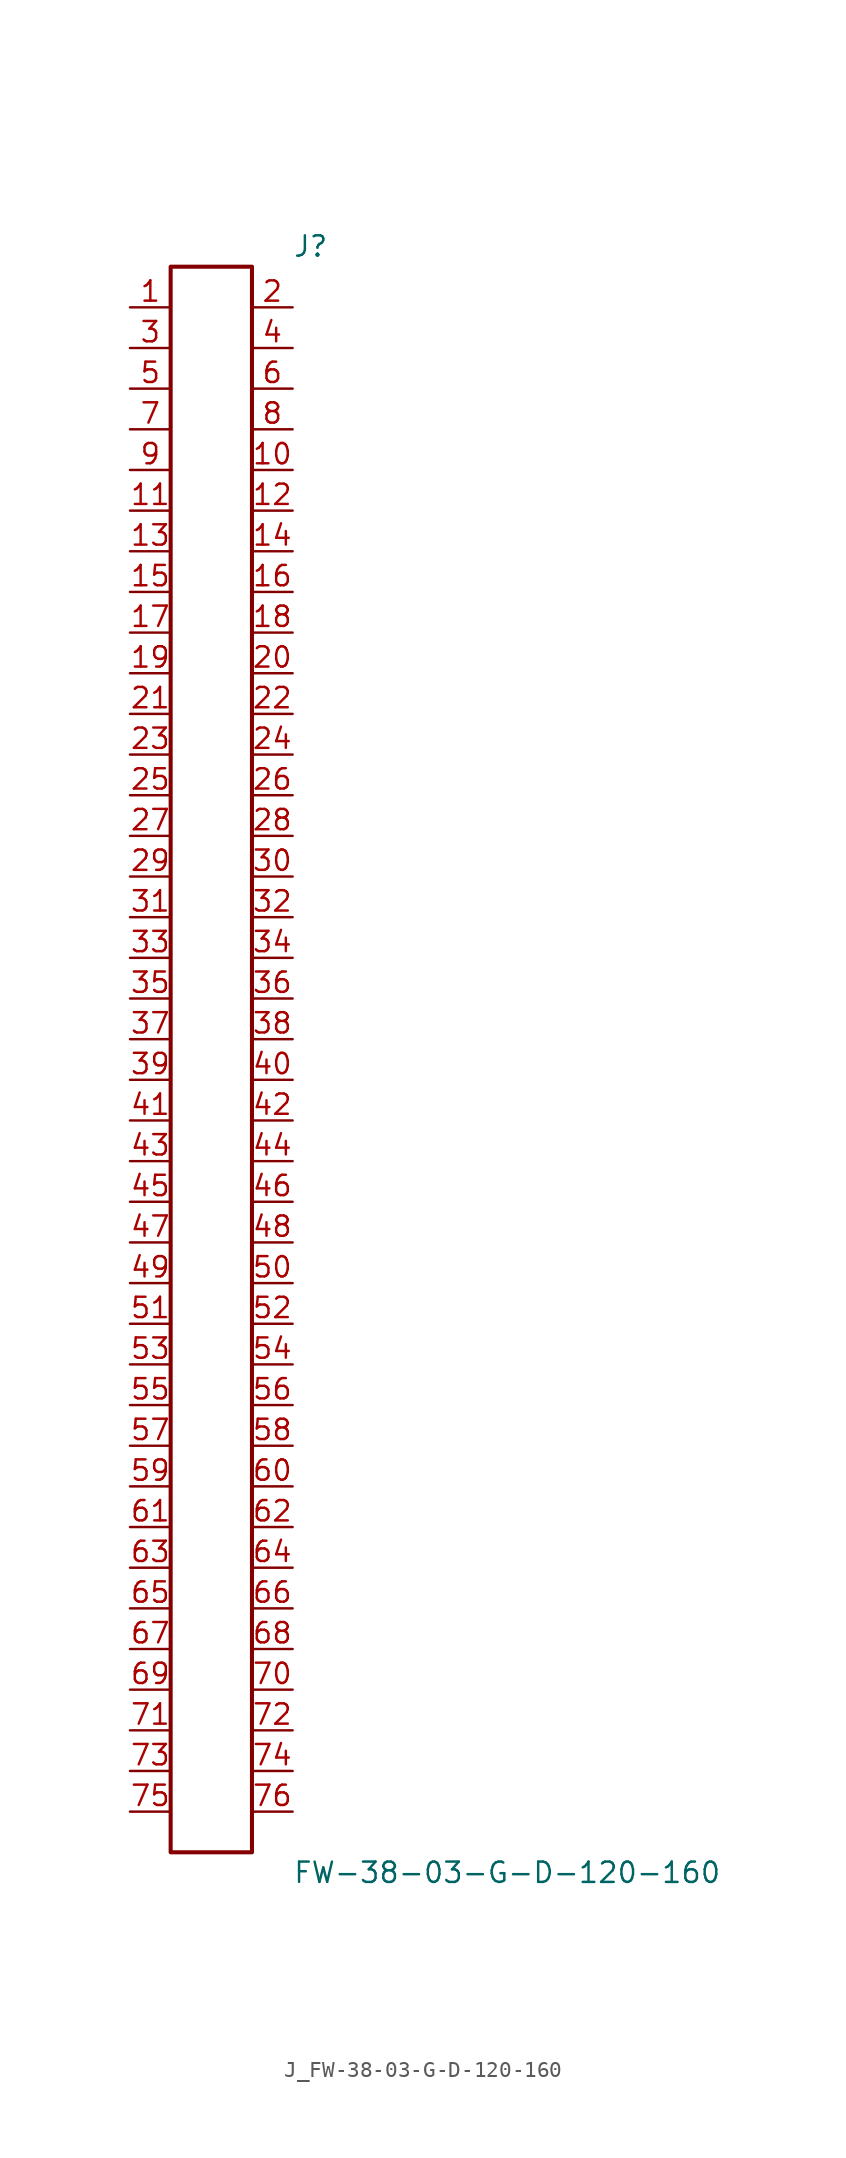
<source format=kicad_sym>
(kicad_symbol_lib
  (version 20231120)
  (generator kicad_symbol_editor)
  (generator_version 8.0)
  (symbol "J_FW-38-03-G-D-120-160"
    (pin_names
      (offset 0.254))
    (property "Reference" "J"
      (at 5.08 50.8 0)
      (effects (font (size 1.27 1.27)) (justify left)))
    (property "Value" "FW-38-03-G-D-120-160"
      (at 5.08 -50.8 0)
      (effects (font (size 1.27 1.27)) (justify left)))
    (symbol "J_FW-38-03-G-D-120-160_0_0"
      (pin passive line (at -5.08 46.99 0) (length 2.54) (name "" (effects (font (size 1.27 1.27)))) (number "1" (effects (font (size 1.27 1.27)))))
      (pin passive line (at 5.08 46.99 180) (length 2.54) (name "" (effects (font (size 1.27 1.27)))) (number "2" (effects (font (size 1.27 1.27)))))
      (pin passive line (at -5.08 44.45 0) (length 2.54) (name "" (effects (font (size 1.27 1.27)))) (number "3" (effects (font (size 1.27 1.27)))))
      (pin passive line (at 5.08 44.45 180) (length 2.54) (name "" (effects (font (size 1.27 1.27)))) (number "4" (effects (font (size 1.27 1.27)))))
      (pin passive line (at -5.08 41.91 0) (length 2.54) (name "" (effects (font (size 1.27 1.27)))) (number "5" (effects (font (size 1.27 1.27)))))
      (pin passive line (at 5.08 41.91 180) (length 2.54) (name "" (effects (font (size 1.27 1.27)))) (number "6" (effects (font (size 1.27 1.27)))))
      (pin passive line (at -5.08 39.37 0) (length 2.54) (name "" (effects (font (size 1.27 1.27)))) (number "7" (effects (font (size 1.27 1.27)))))
      (pin passive line (at 5.08 39.37 180) (length 2.54) (name "" (effects (font (size 1.27 1.27)))) (number "8" (effects (font (size 1.27 1.27)))))
      (pin passive line (at -5.08 36.83 0) (length 2.54) (name "" (effects (font (size 1.27 1.27)))) (number "9" (effects (font (size 1.27 1.27)))))
      (pin passive line (at 5.08 36.83 180) (length 2.54) (name "" (effects (font (size 1.27 1.27)))) (number "10" (effects (font (size 1.27 1.27)))))
      (pin passive line (at -5.08 34.29 0) (length 2.54) (name "" (effects (font (size 1.27 1.27)))) (number "11" (effects (font (size 1.27 1.27)))))
      (pin passive line (at 5.08 34.29 180) (length 2.54) (name "" (effects (font (size 1.27 1.27)))) (number "12" (effects (font (size 1.27 1.27)))))
      (pin passive line (at -5.08 31.75 0) (length 2.54) (name "" (effects (font (size 1.27 1.27)))) (number "13" (effects (font (size 1.27 1.27)))))
      (pin passive line (at 5.08 31.75 180) (length 2.54) (name "" (effects (font (size 1.27 1.27)))) (number "14" (effects (font (size 1.27 1.27)))))
      (pin passive line (at -5.08 29.21 0) (length 2.54) (name "" (effects (font (size 1.27 1.27)))) (number "15" (effects (font (size 1.27 1.27)))))
      (pin passive line (at 5.08 29.21 180) (length 2.54) (name "" (effects (font (size 1.27 1.27)))) (number "16" (effects (font (size 1.27 1.27)))))
      (pin passive line (at -5.08 26.67 0) (length 2.54) (name "" (effects (font (size 1.27 1.27)))) (number "17" (effects (font (size 1.27 1.27)))))
      (pin passive line (at 5.08 26.67 180) (length 2.54) (name "" (effects (font (size 1.27 1.27)))) (number "18" (effects (font (size 1.27 1.27)))))
      (pin passive line (at -5.08 24.13 0) (length 2.54) (name "" (effects (font (size 1.27 1.27)))) (number "19" (effects (font (size 1.27 1.27)))))
      (pin passive line (at 5.08 24.13 180) (length 2.54) (name "" (effects (font (size 1.27 1.27)))) (number "20" (effects (font (size 1.27 1.27)))))
      (pin passive line (at -5.08 21.59 0) (length 2.54) (name "" (effects (font (size 1.27 1.27)))) (number "21" (effects (font (size 1.27 1.27)))))
      (pin passive line (at 5.08 21.59 180) (length 2.54) (name "" (effects (font (size 1.27 1.27)))) (number "22" (effects (font (size 1.27 1.27)))))
      (pin passive line (at -5.08 19.05 0) (length 2.54) (name "" (effects (font (size 1.27 1.27)))) (number "23" (effects (font (size 1.27 1.27)))))
      (pin passive line (at 5.08 19.05 180) (length 2.54) (name "" (effects (font (size 1.27 1.27)))) (number "24" (effects (font (size 1.27 1.27)))))
      (pin passive line (at -5.08 16.51 0) (length 2.54) (name "" (effects (font (size 1.27 1.27)))) (number "25" (effects (font (size 1.27 1.27)))))
      (pin passive line (at 5.08 16.51 180) (length 2.54) (name "" (effects (font (size 1.27 1.27)))) (number "26" (effects (font (size 1.27 1.27)))))
      (pin passive line (at -5.08 13.97 0) (length 2.54) (name "" (effects (font (size 1.27 1.27)))) (number "27" (effects (font (size 1.27 1.27)))))
      (pin passive line (at 5.08 13.97 180) (length 2.54) (name "" (effects (font (size 1.27 1.27)))) (number "28" (effects (font (size 1.27 1.27)))))
      (pin passive line (at -5.08 11.43 0) (length 2.54) (name "" (effects (font (size 1.27 1.27)))) (number "29" (effects (font (size 1.27 1.27)))))
      (pin passive line (at 5.08 11.43 180) (length 2.54) (name "" (effects (font (size 1.27 1.27)))) (number "30" (effects (font (size 1.27 1.27)))))
      (pin passive line (at -5.08 8.89 0) (length 2.54) (name "" (effects (font (size 1.27 1.27)))) (number "31" (effects (font (size 1.27 1.27)))))
      (pin passive line (at 5.08 8.89 180) (length 2.54) (name "" (effects (font (size 1.27 1.27)))) (number "32" (effects (font (size 1.27 1.27)))))
      (pin passive line (at -5.08 6.35 0) (length 2.54) (name "" (effects (font (size 1.27 1.27)))) (number "33" (effects (font (size 1.27 1.27)))))
      (pin passive line (at 5.08 6.35 180) (length 2.54) (name "" (effects (font (size 1.27 1.27)))) (number "34" (effects (font (size 1.27 1.27)))))
      (pin passive line (at -5.08 3.81 0) (length 2.54) (name "" (effects (font (size 1.27 1.27)))) (number "35" (effects (font (size 1.27 1.27)))))
      (pin passive line (at 5.08 3.81 180) (length 2.54) (name "" (effects (font (size 1.27 1.27)))) (number "36" (effects (font (size 1.27 1.27)))))
      (pin passive line (at -5.08 1.27 0) (length 2.54) (name "" (effects (font (size 1.27 1.27)))) (number "37" (effects (font (size 1.27 1.27)))))
      (pin passive line (at 5.08 1.27 180) (length 2.54) (name "" (effects (font (size 1.27 1.27)))) (number "38" (effects (font (size 1.27 1.27)))))
      (pin passive line (at -5.08 -1.27 0) (length 2.54) (name "" (effects (font (size 1.27 1.27)))) (number "39" (effects (font (size 1.27 1.27)))))
      (pin passive line (at 5.08 -1.27 180) (length 2.54) (name "" (effects (font (size 1.27 1.27)))) (number "40" (effects (font (size 1.27 1.27)))))
      (pin passive line (at -5.08 -3.81 0) (length 2.54) (name "" (effects (font (size 1.27 1.27)))) (number "41" (effects (font (size 1.27 1.27)))))
      (pin passive line (at 5.08 -3.81 180) (length 2.54) (name "" (effects (font (size 1.27 1.27)))) (number "42" (effects (font (size 1.27 1.27)))))
      (pin passive line (at -5.08 -6.35 0) (length 2.54) (name "" (effects (font (size 1.27 1.27)))) (number "43" (effects (font (size 1.27 1.27)))))
      (pin passive line (at 5.08 -6.35 180) (length 2.54) (name "" (effects (font (size 1.27 1.27)))) (number "44" (effects (font (size 1.27 1.27)))))
      (pin passive line (at -5.08 -8.89 0) (length 2.54) (name "" (effects (font (size 1.27 1.27)))) (number "45" (effects (font (size 1.27 1.27)))))
      (pin passive line (at 5.08 -8.89 180) (length 2.54) (name "" (effects (font (size 1.27 1.27)))) (number "46" (effects (font (size 1.27 1.27)))))
      (pin passive line (at -5.08 -11.43 0) (length 2.54) (name "" (effects (font (size 1.27 1.27)))) (number "47" (effects (font (size 1.27 1.27)))))
      (pin passive line (at 5.08 -11.43 180) (length 2.54) (name "" (effects (font (size 1.27 1.27)))) (number "48" (effects (font (size 1.27 1.27)))))
      (pin passive line (at -5.08 -13.97 0) (length 2.54) (name "" (effects (font (size 1.27 1.27)))) (number "49" (effects (font (size 1.27 1.27)))))
      (pin passive line (at 5.08 -13.97 180) (length 2.54) (name "" (effects (font (size 1.27 1.27)))) (number "50" (effects (font (size 1.27 1.27)))))
      (pin passive line (at -5.08 -16.51 0) (length 2.54) (name "" (effects (font (size 1.27 1.27)))) (number "51" (effects (font (size 1.27 1.27)))))
      (pin passive line (at 5.08 -16.51 180) (length 2.54) (name "" (effects (font (size 1.27 1.27)))) (number "52" (effects (font (size 1.27 1.27)))))
      (pin passive line (at -5.08 -19.05 0) (length 2.54) (name "" (effects (font (size 1.27 1.27)))) (number "53" (effects (font (size 1.27 1.27)))))
      (pin passive line (at 5.08 -19.05 180) (length 2.54) (name "" (effects (font (size 1.27 1.27)))) (number "54" (effects (font (size 1.27 1.27)))))
      (pin passive line (at -5.08 -21.59 0) (length 2.54) (name "" (effects (font (size 1.27 1.27)))) (number "55" (effects (font (size 1.27 1.27)))))
      (pin passive line (at 5.08 -21.59 180) (length 2.54) (name "" (effects (font (size 1.27 1.27)))) (number "56" (effects (font (size 1.27 1.27)))))
      (pin passive line (at -5.08 -24.13 0) (length 2.54) (name "" (effects (font (size 1.27 1.27)))) (number "57" (effects (font (size 1.27 1.27)))))
      (pin passive line (at 5.08 -24.13 180) (length 2.54) (name "" (effects (font (size 1.27 1.27)))) (number "58" (effects (font (size 1.27 1.27)))))
      (pin passive line (at -5.08 -26.67 0) (length 2.54) (name "" (effects (font (size 1.27 1.27)))) (number "59" (effects (font (size 1.27 1.27)))))
      (pin passive line (at 5.08 -26.67 180) (length 2.54) (name "" (effects (font (size 1.27 1.27)))) (number "60" (effects (font (size 1.27 1.27)))))
      (pin passive line (at -5.08 -29.21 0) (length 2.54) (name "" (effects (font (size 1.27 1.27)))) (number "61" (effects (font (size 1.27 1.27)))))
      (pin passive line (at 5.08 -29.21 180) (length 2.54) (name "" (effects (font (size 1.27 1.27)))) (number "62" (effects (font (size 1.27 1.27)))))
      (pin passive line (at -5.08 -31.75 0) (length 2.54) (name "" (effects (font (size 1.27 1.27)))) (number "63" (effects (font (size 1.27 1.27)))))
      (pin passive line (at 5.08 -31.75 180) (length 2.54) (name "" (effects (font (size 1.27 1.27)))) (number "64" (effects (font (size 1.27 1.27)))))
      (pin passive line (at -5.08 -34.29 0) (length 2.54) (name "" (effects (font (size 1.27 1.27)))) (number "65" (effects (font (size 1.27 1.27)))))
      (pin passive line (at 5.08 -34.29 180) (length 2.54) (name "" (effects (font (size 1.27 1.27)))) (number "66" (effects (font (size 1.27 1.27)))))
      (pin passive line (at -5.08 -36.83 0) (length 2.54) (name "" (effects (font (size 1.27 1.27)))) (number "67" (effects (font (size 1.27 1.27)))))
      (pin passive line (at 5.08 -36.83 180) (length 2.54) (name "" (effects (font (size 1.27 1.27)))) (number "68" (effects (font (size 1.27 1.27)))))
      (pin passive line (at -5.08 -39.37 0) (length 2.54) (name "" (effects (font (size 1.27 1.27)))) (number "69" (effects (font (size 1.27 1.27)))))
      (pin passive line (at 5.08 -39.37 180) (length 2.54) (name "" (effects (font (size 1.27 1.27)))) (number "70" (effects (font (size 1.27 1.27)))))
      (pin passive line (at -5.08 -41.91 0) (length 2.54) (name "" (effects (font (size 1.27 1.27)))) (number "71" (effects (font (size 1.27 1.27)))))
      (pin passive line (at 5.08 -41.91 180) (length 2.54) (name "" (effects (font (size 1.27 1.27)))) (number "72" (effects (font (size 1.27 1.27)))))
      (pin passive line (at -5.08 -44.45 0) (length 2.54) (name "" (effects (font (size 1.27 1.27)))) (number "73" (effects (font (size 1.27 1.27)))))
      (pin passive line (at 5.08 -44.45 180) (length 2.54) (name "" (effects (font (size 1.27 1.27)))) (number "74" (effects (font (size 1.27 1.27)))))
      (pin passive line (at -5.08 -46.99 0) (length 2.54) (name "" (effects (font (size 1.27 1.27)))) (number "75" (effects (font (size 1.27 1.27)))))
      (pin passive line (at 5.08 -46.99 180) (length 2.54) (name "" (effects (font (size 1.27 1.27)))) (number "76" (effects (font (size 1.27 1.27))))))
    (symbol "J_FW-38-03-G-D-120-160_1_0"
      (rectangle (start -2.54 49.53) (end 2.54 -49.53) (stroke (width 0.254) (type solid)) (fill (type none))))))
</source>
